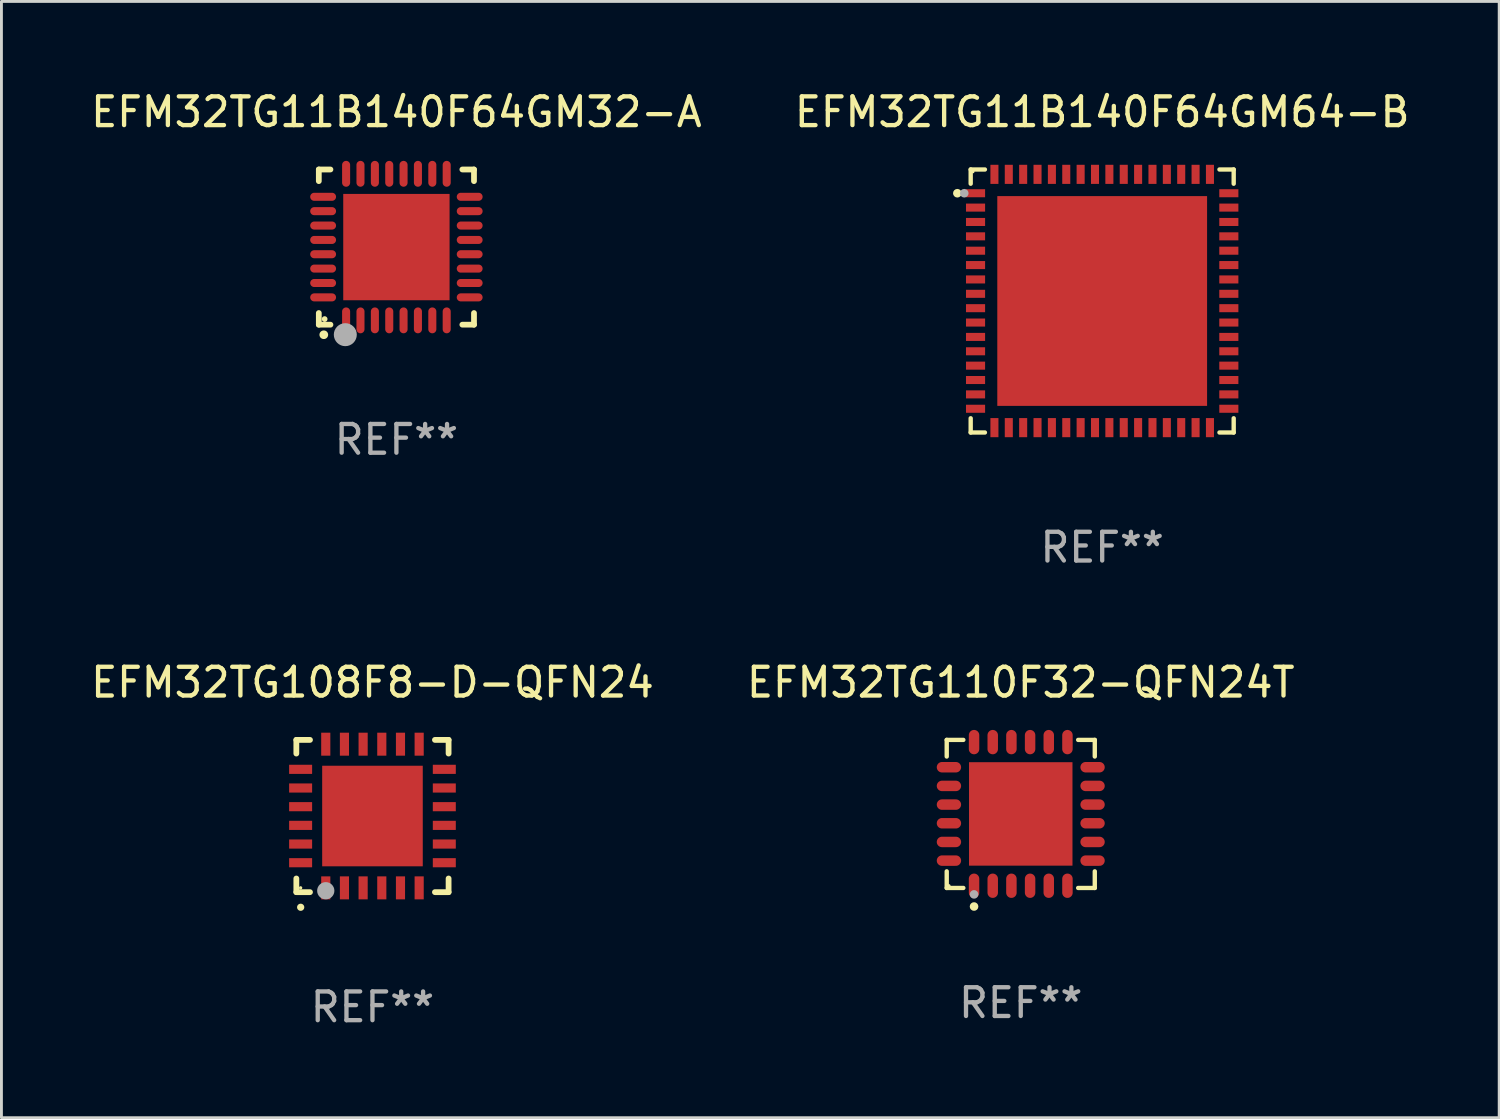
<source format=kicad_pcb>
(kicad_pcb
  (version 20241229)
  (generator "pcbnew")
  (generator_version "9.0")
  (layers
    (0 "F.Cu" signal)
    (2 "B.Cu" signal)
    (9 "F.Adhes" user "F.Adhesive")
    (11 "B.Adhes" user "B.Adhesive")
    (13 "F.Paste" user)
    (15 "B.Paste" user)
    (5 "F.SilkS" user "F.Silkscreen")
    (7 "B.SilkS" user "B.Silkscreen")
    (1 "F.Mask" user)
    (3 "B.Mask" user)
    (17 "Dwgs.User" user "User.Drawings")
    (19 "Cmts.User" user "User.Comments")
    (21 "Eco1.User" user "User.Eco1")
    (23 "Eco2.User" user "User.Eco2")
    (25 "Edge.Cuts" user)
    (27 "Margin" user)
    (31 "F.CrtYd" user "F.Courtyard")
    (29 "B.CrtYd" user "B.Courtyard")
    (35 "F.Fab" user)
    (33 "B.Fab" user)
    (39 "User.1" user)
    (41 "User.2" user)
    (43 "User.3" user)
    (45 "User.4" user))
  (footprint "EFM32TG110F32-QFN24T"
    (layer "F.Cu")
    (at 32.47 25.273)
    (property "Reference" "EFM32TG110F32-QFN24T" (at 0 -4.576 0) (layer "F.SilkS") (effects (font (size 1 1) (thickness 0.15))))
    (attr through_hole)
    (fp_line (start -2.576 -2.576) (end -1.998 -2.576) (stroke (width 0.152) (type solid)) (layer "F.SilkS"))
    (fp_line (start -2.576 -1.998) (end -2.576 -2.576) (stroke (width 0.152) (type solid)) (layer "F.SilkS"))
    (fp_line (start -2.576 1.998) (end -2.576 2.576) (stroke (width 0.152) (type solid)) (layer "F.SilkS"))
    (fp_line (start -2.576 2.576) (end -1.998 2.576) (stroke (width 0.152) (type solid)) (layer "F.SilkS"))
    (fp_line (start 2.576 -2.576) (end 1.998 -2.576) (stroke (width 0.152) (type solid)) (layer "F.SilkS"))
    (fp_line (start 2.576 -1.998) (end 2.576 -2.576) (stroke (width 0.152) (type solid)) (layer "F.SilkS"))
    (fp_line (start 2.576 1.998) (end 2.576 2.576) (stroke (width 0.152) (type solid)) (layer "F.SilkS"))
    (fp_line (start 2.576 2.576) (end 1.998 2.576) (stroke (width 0.152) (type solid)) (layer "F.SilkS"))
    (fp_circle (center -2.5 2.5) (end -2.47 2.5) (stroke (width 0.06) (type solid)) (fill no) (layer "F.SilkS"))
    (fp_circle (center -1.625 3.222) (end -1.55 3.222) (stroke (width 0.15) (type solid)) (fill no) (layer "F.SilkS"))
    (fp_circle (center -1.625 2.8) (end -1.55 2.8) (stroke (width 0.15) (type solid)) (fill no) (layer "F.Fab"))
    (fp_text user "REF**" (at 0 6.576 0) (layer "F.Fab") (effects (font (size 1 1) (thickness 0.15))))
    (pad "1" smd oval (at -1.625 2.499) (size 0.364 0.847) (layers "F.Cu" "F.Mask" "F.Paste"))
    (pad "2" smd oval (at -0.975 2.499) (size 0.364 0.847) (layers "F.Cu" "F.Mask" "F.Paste"))
    (pad "3" smd oval (at -0.325 2.499) (size 0.364 0.847) (layers "F.Cu" "F.Mask" "F.Paste"))
    (pad "4" smd oval (at 0.325 2.499) (size 0.364 0.847) (layers "F.Cu" "F.Mask" "F.Paste"))
    (pad "5" smd oval (at 0.975 2.499) (size 0.364 0.847) (layers "F.Cu" "F.Mask" "F.Paste"))
    (pad "6" smd oval (at 1.625 2.499) (size 0.364 0.847) (layers "F.Cu" "F.Mask" "F.Paste"))
    (pad "7" smd oval (at 2.499 1.625) (size 0.847 0.364) (layers "F.Cu" "F.Mask" "F.Paste"))
    (pad "8" smd oval (at 2.499 0.975) (size 0.847 0.364) (layers "F.Cu" "F.Mask" "F.Paste"))
    (pad "9" smd oval (at 2.499 0.325) (size 0.847 0.364) (layers "F.Cu" "F.Mask" "F.Paste"))
    (pad "10" smd oval (at 2.499 -0.325) (size 0.847 0.364) (layers "F.Cu" "F.Mask" "F.Paste"))
    (pad "11" smd oval (at 2.499 -0.975) (size 0.847 0.364) (layers "F.Cu" "F.Mask" "F.Paste"))
    (pad "12" smd oval (at 2.499 -1.625) (size 0.847 0.364) (layers "F.Cu" "F.Mask" "F.Paste"))
    (pad "13" smd oval (at 1.625 -2.499) (size 0.364 0.847) (layers "F.Cu" "F.Mask" "F.Paste"))
    (pad "14" smd oval (at 0.975 -2.499) (size 0.364 0.847) (layers "F.Cu" "F.Mask" "F.Paste"))
    (pad "15" smd oval (at 0.325 -2.499) (size 0.364 0.847) (layers "F.Cu" "F.Mask" "F.Paste"))
    (pad "16" smd oval (at -0.325 -2.499) (size 0.364 0.847) (layers "F.Cu" "F.Mask" "F.Paste"))
    (pad "17" smd oval (at -0.975 -2.499) (size 0.364 0.847) (layers "F.Cu" "F.Mask" "F.Paste"))
    (pad "18" smd oval (at -1.625 -2.499) (size 0.364 0.847) (layers "F.Cu" "F.Mask" "F.Paste"))
    (pad "19" smd oval (at -2.499 -1.625) (size 0.847 0.364) (layers "F.Cu" "F.Mask" "F.Paste"))
    (pad "20" smd oval (at -2.499 -0.975) (size 0.847 0.364) (layers "F.Cu" "F.Mask" "F.Paste"))
    (pad "21" smd oval (at -2.499 -0.325) (size 0.847 0.364) (layers "F.Cu" "F.Mask" "F.Paste"))
    (pad "22" smd oval (at -2.499 0.325) (size 0.847 0.364) (layers "F.Cu" "F.Mask" "F.Paste"))
    (pad "23" smd oval (at -2.499 0.975) (size 0.847 0.364) (layers "F.Cu" "F.Mask" "F.Paste"))
    (pad "24" smd oval (at -2.499 1.625) (size 0.847 0.364) (layers "F.Cu" "F.Mask" "F.Paste"))
    (pad "25" smd rect (at 0 0) (size 3.6 3.6) (layers "F.Cu" "F.Mask" "F.Paste")))
  (footprint "EFM32TG11B140F64GM32-A"
    (layer "F.Cu")
    (at 10.744 5.548)
    (property "Reference" "EFM32TG11B140F64GM32-A" (at 0 -4.7 0) (layer "F.SilkS") (effects (font (size 1 1) (thickness 0.15))))
    (attr through_hole)
    (fp_line (start -2.7 -2.7) (end -2.295 -2.7) (stroke (width 0.2) (type solid)) (layer "F.SilkS"))
    (fp_line (start -2.7 -2.295) (end -2.7 -2.7) (stroke (width 0.2) (type solid)) (layer "F.SilkS"))
    (fp_line (start -2.7 2.7) (end -2.7 2.295) (stroke (width 0.2) (type solid)) (layer "F.SilkS"))
    (fp_line (start -2.295 2.7) (end -2.7 2.7) (stroke (width 0.2) (type solid)) (layer "F.SilkS"))
    (fp_line (start 2.295 2.7) (end 2.7 2.7) (stroke (width 0.2) (type solid)) (layer "F.SilkS"))
    (fp_line (start 2.7 -2.7) (end 2.295 -2.7) (stroke (width 0.2) (type solid)) (layer "F.SilkS"))
    (fp_line (start 2.7 -2.295) (end 2.7 -2.7) (stroke (width 0.2) (type solid)) (layer "F.SilkS"))
    (fp_line (start 2.7 2.7) (end 2.7 2.295) (stroke (width 0.2) (type solid)) (layer "F.SilkS"))
    (fp_arc (start -2.527889 3.050546) (mid -2.526619 3.050541) (end -2.525349 3.050546) (stroke (width 0.3) (type solid)) (layer "F.SilkS"))
    (fp_circle (center -2.497 2.505) (end -2.447 2.505) (stroke (width 0.1) (type solid)) (fill no) (layer "F.SilkS"))
    (fp_circle (center -1.778 3.048) (end -1.578 3.048) (stroke (width 0.4) (type solid)) (fill no) (layer "F.Fab"))
    (fp_text user "REF**" (at 0 6.7 0) (layer "F.Fab") (effects (font (size 1 1) (thickness 0.15))))
    (pad "1" smd oval (at -1.75 2.55) (size 0.28 0.9) (layers "F.Cu" "F.Mask" "F.Paste"))
    (pad "2" smd oval (at -1.25 2.55) (size 0.28 0.9) (layers "F.Cu" "F.Mask" "F.Paste"))
    (pad "3" smd oval (at -0.749 2.55) (size 0.28 0.9) (layers "F.Cu" "F.Mask" "F.Paste"))
    (pad "4" smd oval (at -0.249 2.55) (size 0.28 0.9) (layers "F.Cu" "F.Mask" "F.Paste"))
    (pad "5" smd oval (at 0.249 2.55) (size 0.28 0.9) (layers "F.Cu" "F.Mask" "F.Paste"))
    (pad "6" smd oval (at 0.749 2.55) (size 0.28 0.9) (layers "F.Cu" "F.Mask" "F.Paste"))
    (pad "7" smd oval (at 1.25 2.55) (size 0.28 0.9) (layers "F.Cu" "F.Mask" "F.Paste"))
    (pad "8" smd oval (at 1.75 2.55) (size 0.28 0.9) (layers "F.Cu" "F.Mask" "F.Paste"))
    (pad "9" smd oval (at 2.55 1.75) (size 0.9 0.28) (layers "F.Cu" "F.Mask" "F.Paste"))
    (pad "10" smd oval (at 2.55 1.25) (size 0.9 0.28) (layers "F.Cu" "F.Mask" "F.Paste"))
    (pad "11" smd oval (at 2.55 0.749) (size 0.9 0.28) (layers "F.Cu" "F.Mask" "F.Paste"))
    (pad "12" smd oval (at 2.55 0.249) (size 0.9 0.28) (layers "F.Cu" "F.Mask" "F.Paste"))
    (pad "13" smd oval (at 2.55 -0.249) (size 0.9 0.28) (layers "F.Cu" "F.Mask" "F.Paste"))
    (pad "14" smd oval (at 2.55 -0.749) (size 0.9 0.28) (layers "F.Cu" "F.Mask" "F.Paste"))
    (pad "15" smd oval (at 2.55 -1.25) (size 0.9 0.28) (layers "F.Cu" "F.Mask" "F.Paste"))
    (pad "16" smd oval (at 2.55 -1.75) (size 0.9 0.28) (layers "F.Cu" "F.Mask" "F.Paste"))
    (pad "17" smd oval (at 1.75 -2.55) (size 0.28 0.9) (layers "F.Cu" "F.Mask" "F.Paste"))
    (pad "18" smd oval (at 1.25 -2.55) (size 0.28 0.9) (layers "F.Cu" "F.Mask" "F.Paste"))
    (pad "19" smd oval (at 0.749 -2.55) (size 0.28 0.9) (layers "F.Cu" "F.Mask" "F.Paste"))
    (pad "20" smd oval (at 0.249 -2.55) (size 0.28 0.9) (layers "F.Cu" "F.Mask" "F.Paste"))
    (pad "21" smd oval (at -0.249 -2.55) (size 0.28 0.9) (layers "F.Cu" "F.Mask" "F.Paste"))
    (pad "22" smd oval (at -0.749 -2.55) (size 0.28 0.9) (layers "F.Cu" "F.Mask" "F.Paste"))
    (pad "23" smd oval (at -1.25 -2.55) (size 0.28 0.9) (layers "F.Cu" "F.Mask" "F.Paste"))
    (pad "24" smd oval (at -1.75 -2.55) (size 0.28 0.9) (layers "F.Cu" "F.Mask" "F.Paste"))
    (pad "25" smd oval (at -2.55 -1.75) (size 0.9 0.28) (layers "F.Cu" "F.Mask" "F.Paste"))
    (pad "26" smd oval (at -2.55 -1.25) (size 0.9 0.28) (layers "F.Cu" "F.Mask" "F.Paste"))
    (pad "27" smd oval (at -2.55 -0.749) (size 0.9 0.28) (layers "F.Cu" "F.Mask" "F.Paste"))
    (pad "28" smd oval (at -2.55 -0.249) (size 0.9 0.28) (layers "F.Cu" "F.Mask" "F.Paste"))
    (pad "29" smd oval (at -2.55 0.249) (size 0.9 0.28) (layers "F.Cu" "F.Mask" "F.Paste"))
    (pad "30" smd oval (at -2.55 0.749) (size 0.9 0.28) (layers "F.Cu" "F.Mask" "F.Paste"))
    (pad "31" smd oval (at -2.55 1.25) (size 0.9 0.28) (layers "F.Cu" "F.Mask" "F.Paste"))
    (pad "32" smd oval (at -2.55 1.75) (size 0.9 0.28) (layers "F.Cu" "F.Mask" "F.Paste"))
    (pad "33" smd rect (at 0.000076 0.000076) (size 3.7 3.7) (layers "F.Cu" "F.Mask" "F.Paste")))
  (footprint "EFM32TG11B140F64GM64-B"
    (layer "F.Cu")
    (at 35.304 7.424)
    (property "Reference" "EFM32TG11B140F64GM64-B" (at 0 -6.576 0) (layer "F.SilkS") (effects (font (size 1 1) (thickness 0.15))))
    (attr through_hole)
    (fp_line (start -4.576 -4.576) (end -4.576 -4.081) (stroke (width 0.152) (type solid)) (layer "F.SilkS"))
    (fp_line (start -4.576 4.576) (end -4.576 4.081) (stroke (width 0.152) (type solid)) (layer "F.SilkS"))
    (fp_line (start -4.081 -4.576) (end -4.576 -4.576) (stroke (width 0.152) (type solid)) (layer "F.SilkS"))
    (fp_line (start -4.081 4.576) (end -4.576 4.576) (stroke (width 0.152) (type solid)) (layer "F.SilkS"))
    (fp_line (start 4.081 -4.576) (end 4.576 -4.576) (stroke (width 0.152) (type solid)) (layer "F.SilkS"))
    (fp_line (start 4.081 4.576) (end 4.576 4.576) (stroke (width 0.152) (type solid)) (layer "F.SilkS"))
    (fp_line (start 4.576 -4.576) (end 4.576 -4.081) (stroke (width 0.152) (type solid)) (layer "F.SilkS"))
    (fp_line (start 4.576 4.576) (end 4.576 4.081) (stroke (width 0.152) (type solid)) (layer "F.SilkS"))
    (fp_circle (center -5.04 -3.75) (end -4.965 -3.75) (stroke (width 0.15) (type solid)) (fill no) (layer "F.SilkS"))
    (fp_circle (center -4.5 -4.5) (end -4.47 -4.5) (stroke (width 0.06) (type solid)) (fill no) (layer "F.SilkS"))
    (fp_circle (center -4.8 -3.75) (end -4.725 -3.75) (stroke (width 0.15) (type solid)) (fill no) (layer "F.Fab"))
    (fp_text user "REF**" (at 0 8.576 0) (layer "F.Fab") (effects (font (size 1 1) (thickness 0.15))))
    (pad "1" smd rect (at -4.407 -3.75) (size 0.665 0.28) (layers "F.Cu" "F.Mask" "F.Paste"))
    (pad "2" smd rect (at -4.407 -3.25) (size 0.665 0.28) (layers "F.Cu" "F.Mask" "F.Paste"))
    (pad "3" smd rect (at -4.407 -2.75) (size 0.665 0.28) (layers "F.Cu" "F.Mask" "F.Paste"))
    (pad "4" smd rect (at -4.407 -2.25) (size 0.665 0.28) (layers "F.Cu" "F.Mask" "F.Paste"))
    (pad "5" smd rect (at -4.407 -1.75) (size 0.665 0.28) (layers "F.Cu" "F.Mask" "F.Paste"))
    (pad "6" smd rect (at -4.407 -1.25) (size 0.665 0.28) (layers "F.Cu" "F.Mask" "F.Paste"))
    (pad "7" smd rect (at -4.407 -0.75) (size 0.665 0.28) (layers "F.Cu" "F.Mask" "F.Paste"))
    (pad "8" smd rect (at -4.407 -0.25) (size 0.665 0.28) (layers "F.Cu" "F.Mask" "F.Paste"))
    (pad "9" smd rect (at -4.407 0.25) (size 0.665 0.28) (layers "F.Cu" "F.Mask" "F.Paste"))
    (pad "10" smd rect (at -4.407 0.75) (size 0.665 0.28) (layers "F.Cu" "F.Mask" "F.Paste"))
    (pad "11" smd rect (at -4.407 1.25) (size 0.665 0.28) (layers "F.Cu" "F.Mask" "F.Paste"))
    (pad "12" smd rect (at -4.407 1.75) (size 0.665 0.28) (layers "F.Cu" "F.Mask" "F.Paste"))
    (pad "13" smd rect (at -4.407 2.25) (size 0.665 0.28) (layers "F.Cu" "F.Mask" "F.Paste"))
    (pad "14" smd rect (at -4.407 2.75) (size 0.665 0.28) (layers "F.Cu" "F.Mask" "F.Paste"))
    (pad "15" smd rect (at -4.407 3.25) (size 0.665 0.28) (layers "F.Cu" "F.Mask" "F.Paste"))
    (pad "16" smd rect (at -4.407 3.75) (size 0.665 0.28) (layers "F.Cu" "F.Mask" "F.Paste"))
    (pad "17" smd rect (at -3.75 4.407) (size 0.28 0.665) (layers "F.Cu" "F.Mask" "F.Paste"))
    (pad "18" smd rect (at -3.25 4.407) (size 0.28 0.665) (layers "F.Cu" "F.Mask" "F.Paste"))
    (pad "19" smd rect (at -2.75 4.407) (size 0.28 0.665) (layers "F.Cu" "F.Mask" "F.Paste"))
    (pad "20" smd rect (at -2.25 4.407) (size 0.28 0.665) (layers "F.Cu" "F.Mask" "F.Paste"))
    (pad "21" smd rect (at -1.75 4.407) (size 0.28 0.665) (layers "F.Cu" "F.Mask" "F.Paste"))
    (pad "22" smd rect (at -1.25 4.407) (size 0.28 0.665) (layers "F.Cu" "F.Mask" "F.Paste"))
    (pad "23" smd rect (at -0.75 4.407) (size 0.28 0.665) (layers "F.Cu" "F.Mask" "F.Paste"))
    (pad "24" smd rect (at -0.25 4.407) (size 0.28 0.665) (layers "F.Cu" "F.Mask" "F.Paste"))
    (pad "25" smd rect (at 0.25 4.407) (size 0.28 0.665) (layers "F.Cu" "F.Mask" "F.Paste"))
    (pad "26" smd rect (at 0.75 4.407) (size 0.28 0.665) (layers "F.Cu" "F.Mask" "F.Paste"))
    (pad "27" smd rect (at 1.25 4.407) (size 0.28 0.665) (layers "F.Cu" "F.Mask" "F.Paste"))
    (pad "28" smd rect (at 1.75 4.407) (size 0.28 0.665) (layers "F.Cu" "F.Mask" "F.Paste"))
    (pad "29" smd rect (at 2.25 4.407) (size 0.28 0.665) (layers "F.Cu" "F.Mask" "F.Paste"))
    (pad "30" smd rect (at 2.75 4.407) (size 0.28 0.665) (layers "F.Cu" "F.Mask" "F.Paste"))
    (pad "31" smd rect (at 3.25 4.407) (size 0.28 0.665) (layers "F.Cu" "F.Mask" "F.Paste"))
    (pad "32" smd rect (at 3.75 4.407) (size 0.28 0.665) (layers "F.Cu" "F.Mask" "F.Paste"))
    (pad "33" smd rect (at 4.407 3.75) (size 0.665 0.28) (layers "F.Cu" "F.Mask" "F.Paste"))
    (pad "34" smd rect (at 4.407 3.25) (size 0.665 0.28) (layers "F.Cu" "F.Mask" "F.Paste"))
    (pad "35" smd rect (at 4.407 2.75) (size 0.665 0.28) (layers "F.Cu" "F.Mask" "F.Paste"))
    (pad "36" smd rect (at 4.407 2.25) (size 0.665 0.28) (layers "F.Cu" "F.Mask" "F.Paste"))
    (pad "37" smd rect (at 4.407 1.75) (size 0.665 0.28) (layers "F.Cu" "F.Mask" "F.Paste"))
    (pad "38" smd rect (at 4.407 1.25) (size 0.665 0.28) (layers "F.Cu" "F.Mask" "F.Paste"))
    (pad "39" smd rect (at 4.407 0.75) (size 0.665 0.28) (layers "F.Cu" "F.Mask" "F.Paste"))
    (pad "40" smd rect (at 4.407 0.25) (size 0.665 0.28) (layers "F.Cu" "F.Mask" "F.Paste"))
    (pad "41" smd rect (at 4.407 -0.25) (size 0.665 0.28) (layers "F.Cu" "F.Mask" "F.Paste"))
    (pad "42" smd rect (at 4.407 -0.75) (size 0.665 0.28) (layers "F.Cu" "F.Mask" "F.Paste"))
    (pad "43" smd rect (at 4.407 -1.25) (size 0.665 0.28) (layers "F.Cu" "F.Mask" "F.Paste"))
    (pad "44" smd rect (at 4.407 -1.75) (size 0.665 0.28) (layers "F.Cu" "F.Mask" "F.Paste"))
    (pad "45" smd rect (at 4.407 -2.25) (size 0.665 0.28) (layers "F.Cu" "F.Mask" "F.Paste"))
    (pad "46" smd rect (at 4.407 -2.75) (size 0.665 0.28) (layers "F.Cu" "F.Mask" "F.Paste"))
    (pad "47" smd rect (at 4.407 -3.25) (size 0.665 0.28) (layers "F.Cu" "F.Mask" "F.Paste"))
    (pad "48" smd rect (at 4.407 -3.75) (size 0.665 0.28) (layers "F.Cu" "F.Mask" "F.Paste"))
    (pad "49" smd rect (at 3.75 -4.407) (size 0.28 0.665) (layers "F.Cu" "F.Mask" "F.Paste"))
    (pad "50" smd rect (at 3.25 -4.407) (size 0.28 0.665) (layers "F.Cu" "F.Mask" "F.Paste"))
    (pad "51" smd rect (at 2.75 -4.407) (size 0.28 0.665) (layers "F.Cu" "F.Mask" "F.Paste"))
    (pad "52" smd rect (at 2.25 -4.407) (size 0.28 0.665) (layers "F.Cu" "F.Mask" "F.Paste"))
    (pad "53" smd rect (at 1.75 -4.407) (size 0.28 0.665) (layers "F.Cu" "F.Mask" "F.Paste"))
    (pad "54" smd rect (at 1.25 -4.407) (size 0.28 0.665) (layers "F.Cu" "F.Mask" "F.Paste"))
    (pad "55" smd rect (at 0.75 -4.407) (size 0.28 0.665) (layers "F.Cu" "F.Mask" "F.Paste"))
    (pad "56" smd rect (at 0.25 -4.407) (size 0.28 0.665) (layers "F.Cu" "F.Mask" "F.Paste"))
    (pad "57" smd rect (at -0.25 -4.407) (size 0.28 0.665) (layers "F.Cu" "F.Mask" "F.Paste"))
    (pad "58" smd rect (at -0.75 -4.407) (size 0.28 0.665) (layers "F.Cu" "F.Mask" "F.Paste"))
    (pad "59" smd rect (at -1.25 -4.407) (size 0.28 0.665) (layers "F.Cu" "F.Mask" "F.Paste"))
    (pad "60" smd rect (at -1.75 -4.407) (size 0.28 0.665) (layers "F.Cu" "F.Mask" "F.Paste"))
    (pad "61" smd rect (at -2.25 -4.407) (size 0.28 0.665) (layers "F.Cu" "F.Mask" "F.Paste"))
    (pad "62" smd rect (at -2.75 -4.407) (size 0.28 0.665) (layers "F.Cu" "F.Mask" "F.Paste"))
    (pad "63" smd rect (at -3.25 -4.407) (size 0.28 0.665) (layers "F.Cu" "F.Mask" "F.Paste"))
    (pad "64" smd rect (at -3.75 -4.407) (size 0.28 0.665) (layers "F.Cu" "F.Mask" "F.Paste"))
    (pad "65" smd rect (at 0 0) (size 7.3 7.3) (layers "F.Cu" "F.Mask" "F.Paste")))
  (footprint "EFM32TG108F8-D-QFN24"
    (layer "F.Cu")
    (at 9.911 25.346)
    (property "Reference" "EFM32TG108F8-D-QFN24" (at 0 -4.649 0) (layer "F.SilkS") (effects (font (size 1 1) (thickness 0.15))))
    (attr through_hole)
    (fp_line (start -2.649 -2.649) (end -2.649 -2.174) (stroke (width 0.201) (type solid)) (layer "F.SilkS"))
    (fp_line (start -2.649 2.649) (end -2.649 2.174) (stroke (width 0.201) (type solid)) (layer "F.SilkS"))
    (fp_line (start -2.174 -2.649) (end -2.649 -2.649) (stroke (width 0.201) (type solid)) (layer "F.SilkS"))
    (fp_line (start -2.174 2.649) (end -2.649 2.649) (stroke (width 0.201) (type solid)) (layer "F.SilkS"))
    (fp_line (start 2.649 -2.649) (end 2.174 -2.649) (stroke (width 0.201) (type solid)) (layer "F.SilkS"))
    (fp_line (start 2.649 -2.174) (end 2.649 -2.649) (stroke (width 0.201) (type solid)) (layer "F.SilkS"))
    (fp_line (start 2.649 2.174) (end 2.649 2.649) (stroke (width 0.201) (type solid)) (layer "F.SilkS"))
    (fp_line (start 2.649 2.649) (end 2.174 2.649) (stroke (width 0.201) (type solid)) (layer "F.SilkS"))
    (fp_arc (start -2.499365 3.175006) (mid -2.498095 3.175) (end -2.496825 3.175006) (stroke (width 0.24892) (type solid)) (layer "F.SilkS"))
    (fp_circle (center -2.5 2.5) (end -2.47 2.5) (stroke (width 0.06) (type solid)) (fill no) (layer "F.SilkS"))
    (fp_circle (center -1.625 2.6) (end -1.475 2.6) (stroke (width 0.3) (type solid)) (fill no) (layer "F.Fab"))
    (fp_text user "REF**" (at 0 6.649 0) (layer "F.Fab") (effects (font (size 1 1) (thickness 0.15))))
    (pad "1" smd rect (at -1.625 2.5 180) (size 0.318 0.8) (layers "F.Cu" "F.Mask" "F.Paste"))
    (pad "2" smd rect (at -0.975 2.5 180) (size 0.318 0.8) (layers "F.Cu" "F.Mask" "F.Paste"))
    (pad "3" smd rect (at -0.325 2.5 180) (size 0.318 0.8) (layers "F.Cu" "F.Mask" "F.Paste"))
    (pad "4" smd rect (at 0.325 2.5 180) (size 0.318 0.8) (layers "F.Cu" "F.Mask" "F.Paste"))
    (pad "5" smd rect (at 0.975 2.5 180) (size 0.318 0.8) (layers "F.Cu" "F.Mask" "F.Paste"))
    (pad "6" smd rect (at 1.625 2.5 180) (size 0.318 0.8) (layers "F.Cu" "F.Mask" "F.Paste"))
    (pad "7" smd rect (at 2.5 1.625 90) (size 0.318 0.8) (layers "F.Cu" "F.Mask" "F.Paste"))
    (pad "8" smd rect (at 2.5 0.975 90) (size 0.318 0.8) (layers "F.Cu" "F.Mask" "F.Paste"))
    (pad "9" smd rect (at 2.5 0.325 90) (size 0.318 0.8) (layers "F.Cu" "F.Mask" "F.Paste"))
    (pad "10" smd rect (at 2.5 -0.325 90) (size 0.318 0.8) (layers "F.Cu" "F.Mask" "F.Paste"))
    (pad "11" smd rect (at 2.5 -0.975 90) (size 0.318 0.8) (layers "F.Cu" "F.Mask" "F.Paste"))
    (pad "12" smd rect (at 2.5 -1.625 90) (size 0.318 0.8) (layers "F.Cu" "F.Mask" "F.Paste"))
    (pad "13" smd rect (at 1.625 -2.5 180) (size 0.318 0.8) (layers "F.Cu" "F.Mask" "F.Paste"))
    (pad "14" smd rect (at 0.975 -2.5 180) (size 0.318 0.8) (layers "F.Cu" "F.Mask" "F.Paste"))
    (pad "15" smd rect (at 0.325 -2.5 180) (size 0.318 0.8) (layers "F.Cu" "F.Mask" "F.Paste"))
    (pad "16" smd rect (at -0.325 -2.5 180) (size 0.318 0.8) (layers "F.Cu" "F.Mask" "F.Paste"))
    (pad "17" smd rect (at -0.975 -2.5 180) (size 0.318 0.8) (layers "F.Cu" "F.Mask" "F.Paste"))
    (pad "18" smd rect (at -1.625 -2.5 180) (size 0.318 0.8) (layers "F.Cu" "F.Mask" "F.Paste"))
    (pad "19" smd rect (at -2.5 -1.625 90) (size 0.318 0.8) (layers "F.Cu" "F.Mask" "F.Paste"))
    (pad "20" smd rect (at -2.5 -0.975 90) (size 0.318 0.8) (layers "F.Cu" "F.Mask" "F.Paste"))
    (pad "21" smd rect (at -2.5 -0.325 90) (size 0.318 0.8) (layers "F.Cu" "F.Mask" "F.Paste"))
    (pad "22" smd rect (at -2.5 0.325 90) (size 0.318 0.8) (layers "F.Cu" "F.Mask" "F.Paste"))
    (pad "23" smd rect (at -2.5 0.975 90) (size 0.318 0.8) (layers "F.Cu" "F.Mask" "F.Paste"))
    (pad "24" smd rect (at -2.5 1.625 90) (size 0.318 0.8) (layers "F.Cu" "F.Mask" "F.Paste"))
    (pad "25" smd rect (at 0.000203 0 90) (size 3.5 3.5) (layers "F.Cu" "F.Mask" "F.Paste")))
  (gr_rect
    (start -3 -3)
    (end 49.119 35.844)
    (stroke (width 0.1) (type default))
    (fill no)
    (layer "Edge.Cuts")))
</source>
